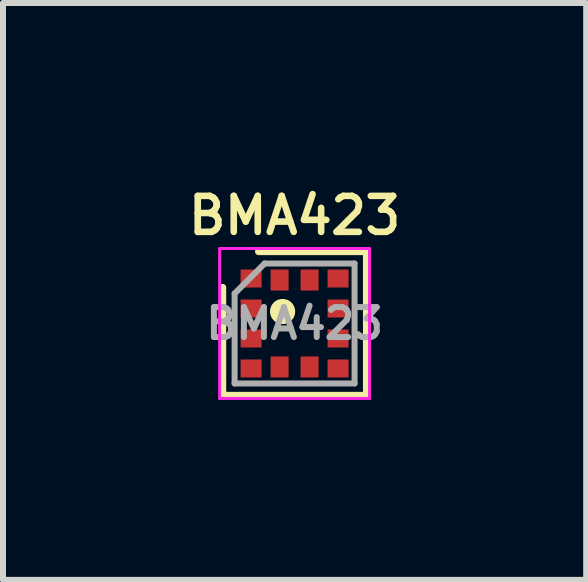
<source format=kicad_pcb>
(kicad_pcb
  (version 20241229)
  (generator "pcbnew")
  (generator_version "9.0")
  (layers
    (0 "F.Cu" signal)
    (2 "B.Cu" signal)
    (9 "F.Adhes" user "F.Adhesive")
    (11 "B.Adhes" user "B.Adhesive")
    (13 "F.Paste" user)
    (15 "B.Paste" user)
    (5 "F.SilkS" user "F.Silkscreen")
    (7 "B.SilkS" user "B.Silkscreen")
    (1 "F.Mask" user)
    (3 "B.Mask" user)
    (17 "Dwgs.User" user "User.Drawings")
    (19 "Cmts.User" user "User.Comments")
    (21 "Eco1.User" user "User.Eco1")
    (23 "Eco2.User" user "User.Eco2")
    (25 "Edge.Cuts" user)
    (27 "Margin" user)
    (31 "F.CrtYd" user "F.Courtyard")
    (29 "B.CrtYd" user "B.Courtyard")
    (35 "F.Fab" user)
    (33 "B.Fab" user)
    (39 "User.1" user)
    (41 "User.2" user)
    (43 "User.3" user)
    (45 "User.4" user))
  (footprint "BMA423"
    (layer "F.Cu")
    (at 1.862 2.344)
    (property "Reference" "BMA423" (at 0 -1.8 0) (unlocked yes) (layer "F.SilkS") (effects (font (size 0.6 0.6) (thickness 0.11))))
    (fp_line (start -1.2 1.2) (end -1.2 -0.6) (stroke (width 0.12) (type solid)) (layer "F.SilkS"))
    (fp_line (start -0.6 -1.2) (end 1.2 -1.2) (stroke (width 0.12) (type solid)) (layer "F.SilkS"))
    (fp_line (start 1.2 1.2) (end -1.2 1.2) (stroke (width 0.12) (type solid)) (layer "F.SilkS"))
    (fp_line (start 1.2 1.2) (end 1.2 -1.2) (stroke (width 0.12) (type solid)) (layer "F.SilkS"))
    (fp_circle (center -0.2 -0.2) (end -0.05 -0.2) (stroke (width 0.12) (type solid)) (fill yes) (layer "F.SilkS"))
    (fp_line (start -1.25 -1.25) (end 1.25 -1.25) (stroke (width 0.05) (type solid)) (layer "F.CrtYd"))
    (fp_line (start -1.25 1.25) (end -1.25 -1.25) (stroke (width 0.05) (type solid)) (layer "F.CrtYd"))
    (fp_line (start 1.25 -1.25) (end 1.25 1.25) (stroke (width 0.05) (type solid)) (layer "F.CrtYd"))
    (fp_line (start 1.25 1.25) (end -1.25 1.25) (stroke (width 0.05) (type solid)) (layer "F.CrtYd"))
    (fp_line (start -1 -0.5) (end -0.5 -1) (stroke (width 0.1) (type solid)) (layer "F.Fab"))
    (fp_line (start -1 1) (end -1 -0.5) (stroke (width 0.1) (type solid)) (layer "F.Fab"))
    (fp_line (start -0.5 -1) (end 1 -1) (stroke (width 0.1) (type solid)) (layer "F.Fab"))
    (fp_line (start 1 -1) (end 1 1) (stroke (width 0.1) (type solid)) (layer "F.Fab"))
    (fp_line (start 1 1) (end -1 1) (stroke (width 0.1) (type solid)) (layer "F.Fab"))
    (fp_text user "${REFERENCE}" (at 0 0 0) (unlocked yes) (layer "F.Fab") (effects (font (size 0.5 0.5) (thickness 0.1))))
    (pad "1" smd rect (at -0.725 -0.75 270) (size 0.3 0.35) (layers "F.Cu" "F.Mask" "F.Paste"))
    (pad "2" smd rect (at -0.725 -0.25 270) (size 0.3 0.35) (layers "F.Cu" "F.Mask" "F.Paste"))
    (pad "3" smd rect (at -0.725 0.25 270) (size 0.3 0.35) (layers "F.Cu" "F.Mask" "F.Paste"))
    (pad "4" smd rect (at -0.725 0.75 270) (size 0.3 0.35) (layers "F.Cu" "F.Mask" "F.Paste"))
    (pad "5" smd rect (at -0.25 0.725) (size 0.3 0.35) (layers "F.Cu" "F.Mask" "F.Paste"))
    (pad "6" smd rect (at 0.25 0.725) (size 0.3 0.35) (layers "F.Cu" "F.Mask" "F.Paste"))
    (pad "7" smd rect (at 0.725 0.75 270) (size 0.3 0.35) (layers "F.Cu" "F.Mask" "F.Paste"))
    (pad "8" smd rect (at 0.725 0.25 270) (size 0.3 0.35) (layers "F.Cu" "F.Mask" "F.Paste"))
    (pad "9" smd rect (at 0.725 -0.25 270) (size 0.3 0.35) (layers "F.Cu" "F.Mask" "F.Paste"))
    (pad "10" smd rect (at 0.725 -0.75 270) (size 0.3 0.35) (layers "F.Cu" "F.Mask" "F.Paste"))
    (pad "11" smd rect (at 0.25 -0.725) (size 0.3 0.35) (layers "F.Cu" "F.Mask" "F.Paste"))
    (pad "12" smd rect (at -0.25 -0.725) (size 0.3 0.35) (layers "F.Cu" "F.Mask" "F.Paste")))
  (gr_rect
    (start -3 -3)
    (end 6.724 6.619)
    (stroke (width 0.1) (type default))
    (fill no)
    (layer "Edge.Cuts")))
</source>
